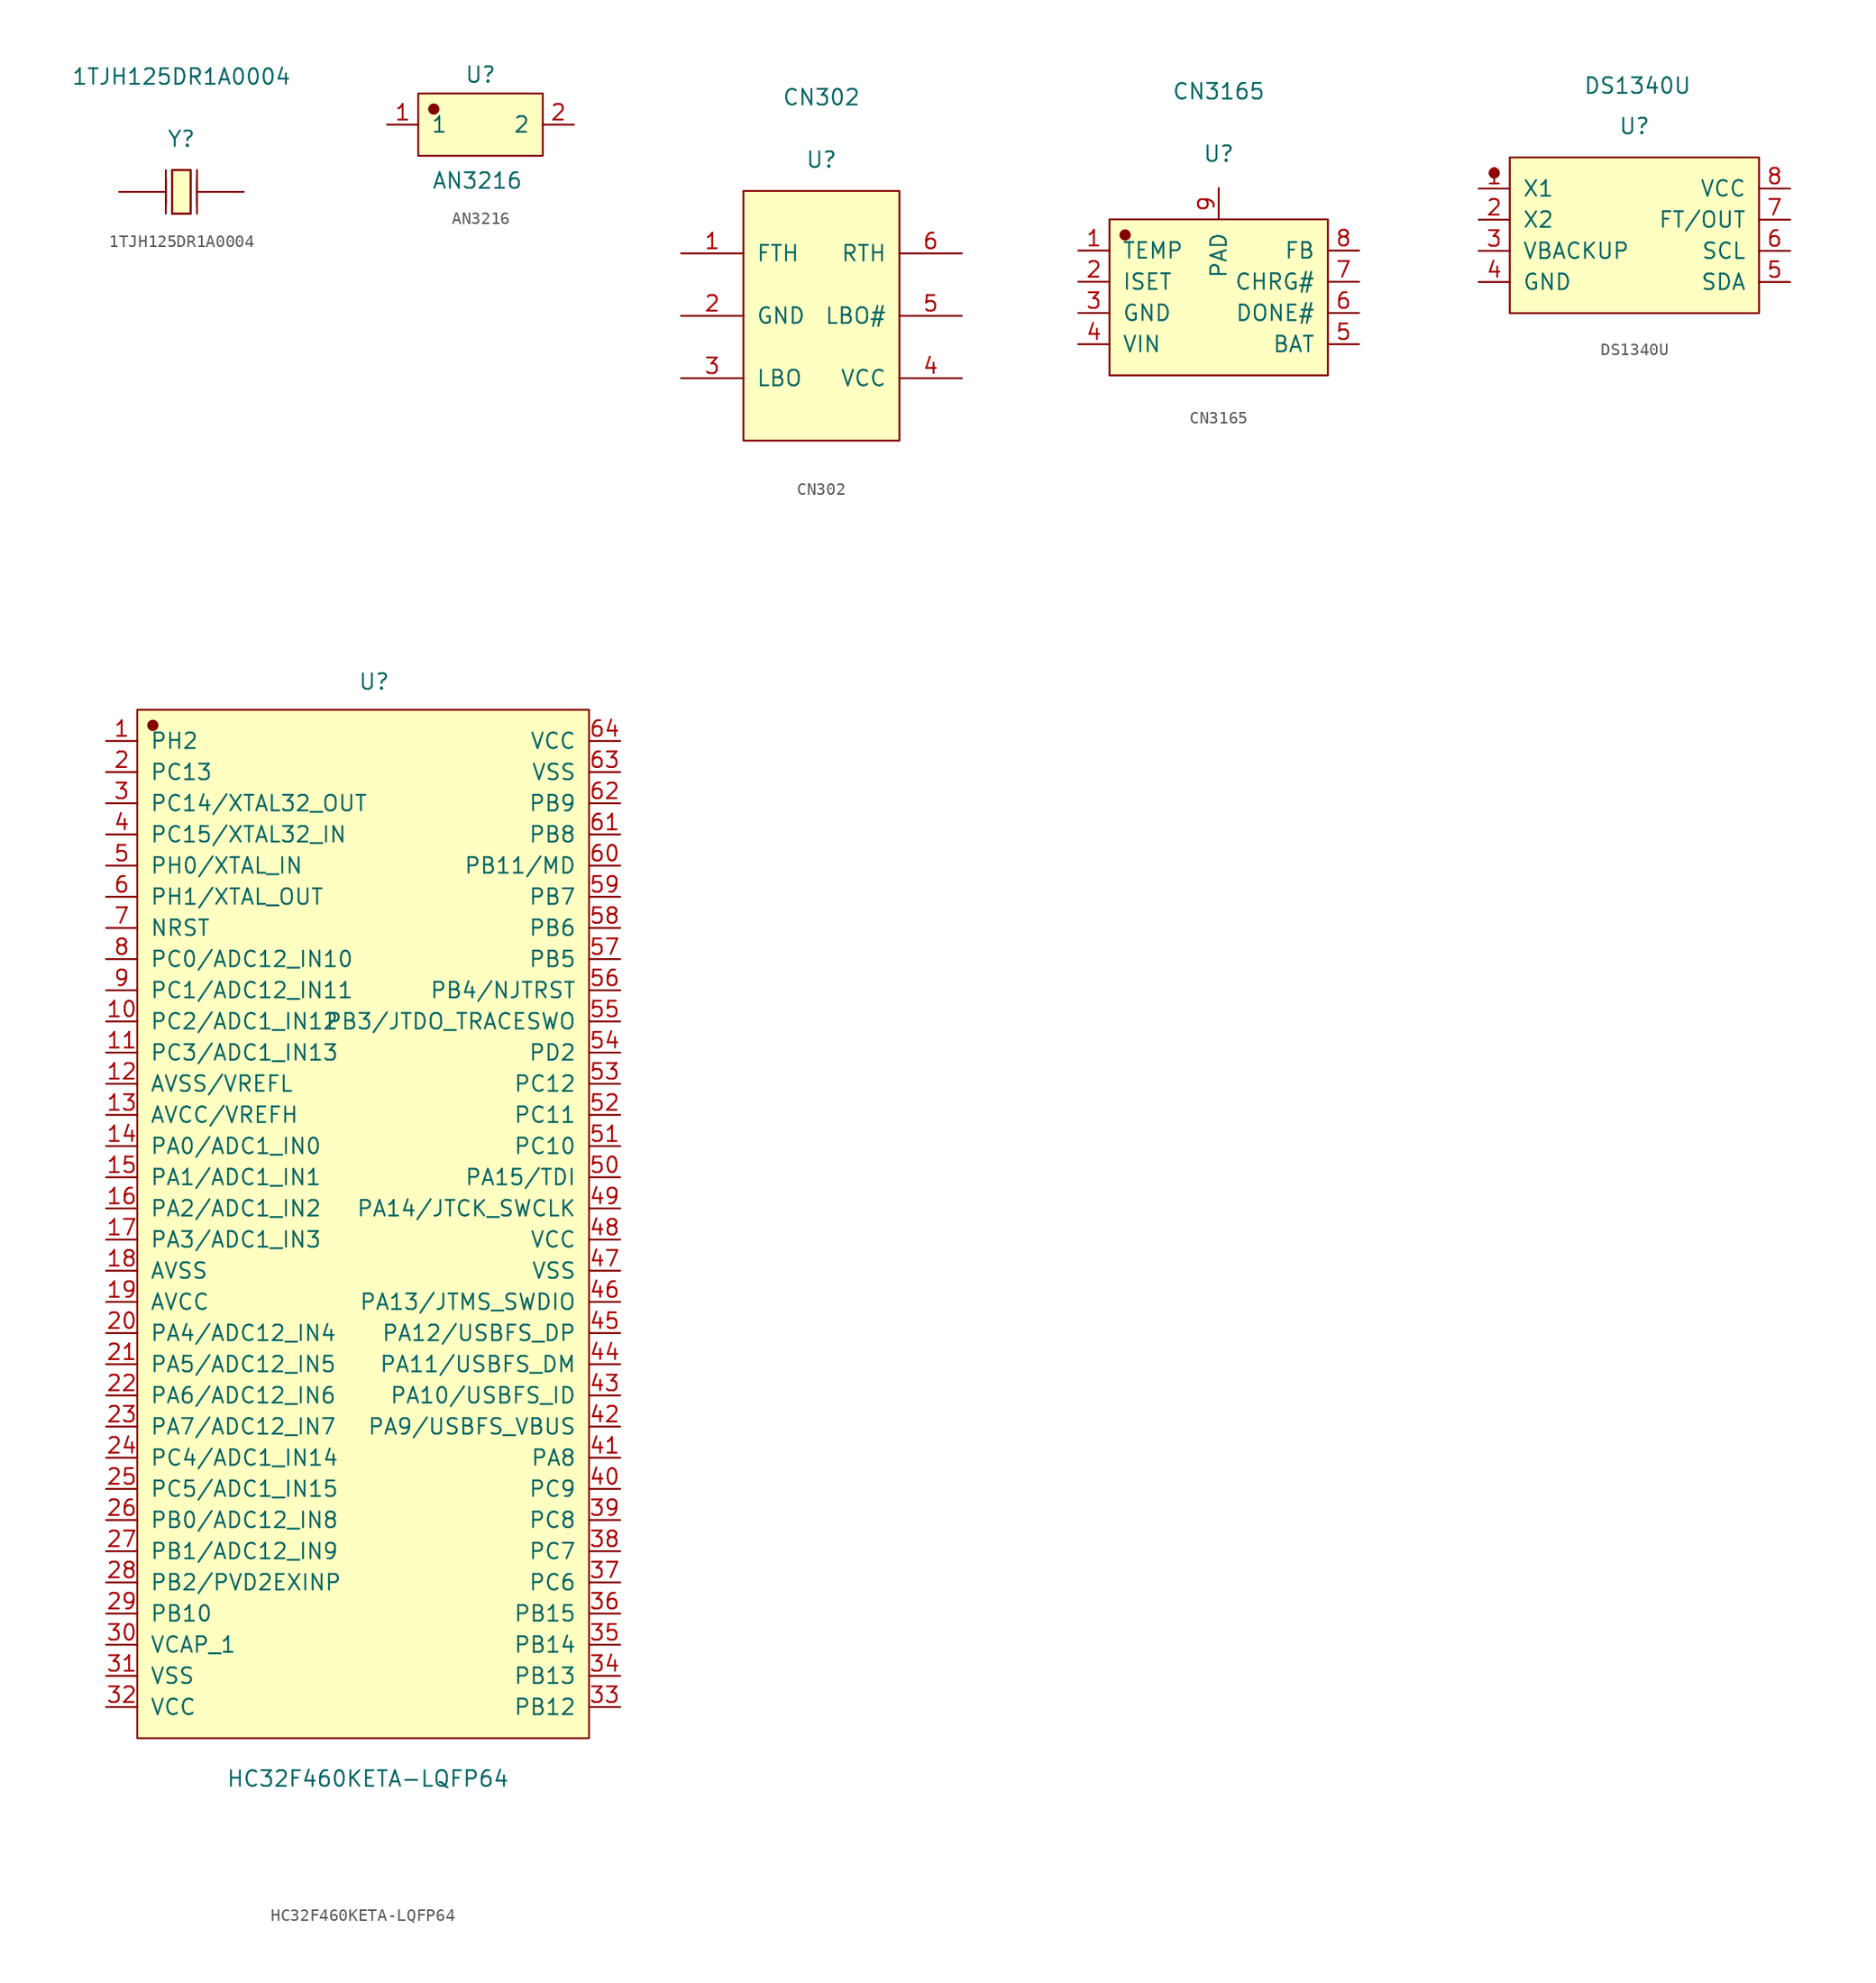
<source format=kicad_sym>
(kicad_symbol_lib
  (version 20231120)
  (generator "kicad_symbol_editor")
  (generator_version "8.0")
  (symbol "1TJH125DR1A0004"
    (pin_numbers hide)
    (pin_names
      (offset 1.016) hide)
    (property "Reference" "Y"
      (at 0 4.318 0)
      (effects (font (size 1.27 1.27))))
    (property "Value" "1TJH125DR1A0004"
      (at 0 9.398 0)
      (effects (font (size 1.27 1.27))))
    (symbol "1TJH125DR1A0004_1_1"
      (polyline (pts (xy -1.27 -1.778) (xy -1.27 1.778)) (stroke (width 0.152) (type solid)) (fill (type none)))
      (polyline (pts (xy -1.27 -1.016) (xy -1.27 1.016)) (stroke (width 0.152) (type solid)) (fill (type none)))
      (polyline (pts (xy 0.762 -1.778) (xy -0.762 -1.778)) (stroke (width 0.152) (type solid)) (fill (type none)))
      (polyline (pts (xy 1.27 -1.778) (xy 1.27 1.778)) (stroke (width 0.152) (type solid)) (fill (type none)))
      (polyline (pts (xy 1.27 -1.016) (xy 1.27 1.016)) (stroke (width 0.152) (type solid)) (fill (type none)))
      (polyline (pts (xy -0.762 -1.778) (xy -0.762 1.778) (xy 0.762 1.778) (xy 0.762 -1.778)) (stroke (width 0.152) (type solid)) (fill (type background)))
      (polyline (pts (xy 0.762 1.778) (xy 0.762 -1.778) (xy -0.762 -1.778) (xy -0.762 1.778) (xy 0.762 1.778)) (stroke (width 0.152) (type solid)) (fill (type none)))
      (pin input line (at -5.08 0 0) (length 3.81) (name "OSC1" (effects (font (size 1.27 1.27)))) (number "1" (effects (font (size 1.27 1.27)))))
      (pin input line (at 5.08 0 180) (length 3.81) (name "OSC2" (effects (font (size 1.27 1.27)))) (number "2" (effects (font (size 1.27 1.27)))))))
  (symbol "AN3216"
    (pin_names
      (offset 1.016))
    (property "Reference" "U"
      (at 0 4.064 0)
      (effects (font (size 1.27 1.27))))
    (property "Value" "AN3216"
      (at -0.254 -4.572 0)
      (effects (font (size 1.27 1.27))))
    (symbol "AN3216_1_1"
      (rectangle (start -5.08 2.54) (end 5.08 -2.54) (stroke (width 0.152) (type solid)) (fill (type background)))
      (circle (center -3.81 1.27) (radius 0.381) (stroke (width 0.152) (type solid)) (fill (type outline)))
      (pin input line (at -7.62 0 0) (length 2.54) (name "1" (effects (font (size 1.27 1.27)))) (number "1" (effects (font (size 1.27 1.27)))))
      (pin input line (at 7.62 0 180) (length 2.54) (name "2" (effects (font (size 1.27 1.27)))) (number "2" (effects (font (size 1.27 1.27)))))))
  (symbol "CN302"
    (pin_names
      (offset 1.016))
    (property "Reference" "U"
      (at 0 12.7 0)
      (effects (font (size 1.27 1.27))))
    (property "Value" "CN302"
      (at 0 17.78 0)
      (effects (font (size 1.27 1.27))))
    (symbol "CN302_1_1"
      (rectangle (start -6.35 10.16) (end 6.35 -10.16) (stroke (width 0.152) (type solid)) (fill (type background)))
      (pin input line (at -11.43 5.08 0) (length 5.08) (name "FTH" (effects (font (size 1.27 1.27)))) (number "1" (effects (font (size 1.27 1.27)))))
      (pin input line (at -11.43 0 0) (length 5.08) (name "GND" (effects (font (size 1.27 1.27)))) (number "2" (effects (font (size 1.27 1.27)))))
      (pin input line (at -11.43 -5.08 0) (length 5.08) (name "LBO" (effects (font (size 1.27 1.27)))) (number "3" (effects (font (size 1.27 1.27)))))
      (pin input line (at 11.43 -5.08 180) (length 5.08) (name "VCC" (effects (font (size 1.27 1.27)))) (number "4" (effects (font (size 1.27 1.27)))))
      (pin input line (at 11.43 0 180) (length 5.08) (name "LBO#" (effects (font (size 1.27 1.27)))) (number "5" (effects (font (size 1.27 1.27)))))
      (pin input line (at 11.43 5.08 180) (length 5.08) (name "RTH" (effects (font (size 1.27 1.27)))) (number "6" (effects (font (size 1.27 1.27)))))))
  (symbol "CN3165"
    (pin_names
      (offset 1.016))
    (property "Reference" "U"
      (at 0 11.684 0)
      (effects (font (size 1.27 1.27))))
    (property "Value" "CN3165"
      (at 0 16.764 0)
      (effects (font (size 1.27 1.27))))
    (symbol "CN3165_1_1"
      (rectangle (start -8.89 6.35) (end 8.89 -6.35) (stroke (width 0.152) (type solid)) (fill (type background)))
      (circle (center -7.62 5.08) (radius 0.381) (stroke (width 0.152) (type solid)) (fill (type outline)))
      (pin input line (at -11.43 3.81 0) (length 2.54) (name "TEMP" (effects (font (size 1.27 1.27)))) (number "1" (effects (font (size 1.27 1.27)))))
      (pin input line (at -11.43 1.27 0) (length 2.54) (name "ISET" (effects (font (size 1.27 1.27)))) (number "2" (effects (font (size 1.27 1.27)))))
      (pin input line (at -11.43 -1.27 0) (length 2.54) (name "GND" (effects (font (size 1.27 1.27)))) (number "3" (effects (font (size 1.27 1.27)))))
      (pin input line (at -11.43 -3.81 0) (length 2.54) (name "VIN" (effects (font (size 1.27 1.27)))) (number "4" (effects (font (size 1.27 1.27)))))
      (pin input line (at 11.43 -3.81 180) (length 2.54) (name "BAT" (effects (font (size 1.27 1.27)))) (number "5" (effects (font (size 1.27 1.27)))))
      (pin input line (at 11.43 -1.27 180) (length 2.54) (name "DONE#" (effects (font (size 1.27 1.27)))) (number "6" (effects (font (size 1.27 1.27)))))
      (pin input line (at 11.43 1.27 180) (length 2.54) (name "CHRG#" (effects (font (size 1.27 1.27)))) (number "7" (effects (font (size 1.27 1.27)))))
      (pin input line (at 11.43 3.81 180) (length 2.54) (name "FB" (effects (font (size 1.27 1.27)))) (number "8" (effects (font (size 1.27 1.27)))))
      (pin input line (at 0 8.89 270) (length 2.54) (name "PAD" (effects (font (size 1.27 1.27)))) (number "9" (effects (font (size 1.27 1.27)))))))
  (symbol "DS1340U"
    (pin_names
      (offset 1.016))
    (property "Reference" "U"
      (at 0 8.89 0)
      (effects (font (size 1.27 1.27))))
    (property "Value" "DS1340U"
      (at 0.254 12.192 0)
      (effects (font (size 1.27 1.27))))
    (symbol "DS1340U_1_1"
      (circle (center -11.43 5.08) (radius 0.381) (stroke (width 0.152) (type solid)) (fill (type outline)))
      (rectangle (start -10.16 6.35) (end 10.16 -6.35) (stroke (width 0.152) (type solid)) (fill (type background)))
      (pin input line (at -12.7 3.81 0) (length 2.54) (name "X1" (effects (font (size 1.27 1.27)))) (number "1" (effects (font (size 1.27 1.27)))))
      (pin input line (at -12.7 1.27 0) (length 2.54) (name "X2" (effects (font (size 1.27 1.27)))) (number "2" (effects (font (size 1.27 1.27)))))
      (pin input line (at -12.7 -1.27 0) (length 2.54) (name "VBACKUP" (effects (font (size 1.27 1.27)))) (number "3" (effects (font (size 1.27 1.27)))))
      (pin input line (at -12.7 -3.81 0) (length 2.54) (name "GND" (effects (font (size 1.27 1.27)))) (number "4" (effects (font (size 1.27 1.27)))))
      (pin input line (at 12.7 -3.81 180) (length 2.54) (name "SDA" (effects (font (size 1.27 1.27)))) (number "5" (effects (font (size 1.27 1.27)))))
      (pin input line (at 12.7 -1.27 180) (length 2.54) (name "SCL" (effects (font (size 1.27 1.27)))) (number "6" (effects (font (size 1.27 1.27)))))
      (pin input line (at 12.7 1.27 180) (length 2.54) (name "FT/OUT" (effects (font (size 1.27 1.27)))) (number "7" (effects (font (size 1.27 1.27)))))
      (pin input line (at 12.7 3.81 180) (length 2.54) (name "VCC" (effects (font (size 1.27 1.27)))) (number "8" (effects (font (size 1.27 1.27)))))))
  (symbol "HC32F460KETA-LQFP64"
    (pin_names
      (offset 1.016))
    (property "Reference" "U"
      (at -9.906 44.196 0)
      (effects (font (size 1.27 1.27))))
    (property "Value" "HC32F460KETA-LQFP64"
      (at -10.414 -45.212 0)
      (effects (font (size 1.27 1.27))))
    (symbol "HC32F460KETA-LQFP64_1_1"
      (rectangle (start -29.21 41.91) (end 7.62 -41.91) (stroke (width 0.152) (type solid)) (fill (type background)))
      (circle (center -27.94 40.64) (radius 0.381) (stroke (width 0.152) (type solid)) (fill (type outline)))
      (pin input line (at -31.75 39.37 0) (length 2.54) (name "PH2" (effects (font (size 1.27 1.27)))) (number "1" (effects (font (size 1.27 1.27)))))
      (pin input line (at -31.75 16.51 0) (length 2.54) (name "PC2/ADC1_IN12" (effects (font (size 1.27 1.27)))) (number "10" (effects (font (size 1.27 1.27)))))
      (pin input line (at -31.75 13.97 0) (length 2.54) (name "PC3/ADC1_IN13" (effects (font (size 1.27 1.27)))) (number "11" (effects (font (size 1.27 1.27)))))
      (pin input line (at -31.75 11.43 0) (length 2.54) (name "AVSS/VREFL" (effects (font (size 1.27 1.27)))) (number "12" (effects (font (size 1.27 1.27)))))
      (pin input line (at -31.75 8.89 0) (length 2.54) (name "AVCC/VREFH" (effects (font (size 1.27 1.27)))) (number "13" (effects (font (size 1.27 1.27)))))
      (pin input line (at -31.75 6.35 0) (length 2.54) (name "PA0/ADC1_IN0" (effects (font (size 1.27 1.27)))) (number "14" (effects (font (size 1.27 1.27)))))
      (pin input line (at -31.75 3.81 0) (length 2.54) (name "PA1/ADC1_IN1" (effects (font (size 1.27 1.27)))) (number "15" (effects (font (size 1.27 1.27)))))
      (pin input line (at -31.75 1.27 0) (length 2.54) (name "PA2/ADC1_IN2" (effects (font (size 1.27 1.27)))) (number "16" (effects (font (size 1.27 1.27)))))
      (pin input line (at -31.75 -1.27 0) (length 2.54) (name "PA3/ADC1_IN3" (effects (font (size 1.27 1.27)))) (number "17" (effects (font (size 1.27 1.27)))))
      (pin input line (at -31.75 -3.81 0) (length 2.54) (name "AVSS" (effects (font (size 1.27 1.27)))) (number "18" (effects (font (size 1.27 1.27)))))
      (pin input line (at -31.75 -6.35 0) (length 2.54) (name "AVCC" (effects (font (size 1.27 1.27)))) (number "19" (effects (font (size 1.27 1.27)))))
      (pin input line (at -31.75 36.83 0) (length 2.54) (name "PC13" (effects (font (size 1.27 1.27)))) (number "2" (effects (font (size 1.27 1.27)))))
      (pin input line (at -31.75 -8.89 0) (length 2.54) (name "PA4/ADC12_IN4" (effects (font (size 1.27 1.27)))) (number "20" (effects (font (size 1.27 1.27)))))
      (pin input line (at -31.75 -11.43 0) (length 2.54) (name "PA5/ADC12_IN5" (effects (font (size 1.27 1.27)))) (number "21" (effects (font (size 1.27 1.27)))))
      (pin input line (at -31.75 -13.97 0) (length 2.54) (name "PA6/ADC12_IN6" (effects (font (size 1.27 1.27)))) (number "22" (effects (font (size 1.27 1.27)))))
      (pin input line (at -31.75 -16.51 0) (length 2.54) (name "PA7/ADC12_IN7" (effects (font (size 1.27 1.27)))) (number "23" (effects (font (size 1.27 1.27)))))
      (pin input line (at -31.75 -19.05 0) (length 2.54) (name "PC4/ADC1_IN14" (effects (font (size 1.27 1.27)))) (number "24" (effects (font (size 1.27 1.27)))))
      (pin input line (at -31.75 -21.59 0) (length 2.54) (name "PC5/ADC1_IN15" (effects (font (size 1.27 1.27)))) (number "25" (effects (font (size 1.27 1.27)))))
      (pin input line (at -31.75 -24.13 0) (length 2.54) (name "PB0/ADC12_IN8" (effects (font (size 1.27 1.27)))) (number "26" (effects (font (size 1.27 1.27)))))
      (pin input line (at -31.75 -26.67 0) (length 2.54) (name "PB1/ADC12_IN9" (effects (font (size 1.27 1.27)))) (number "27" (effects (font (size 1.27 1.27)))))
      (pin input line (at -31.75 -29.21 0) (length 2.54) (name "PB2/PVD2EXINP" (effects (font (size 1.27 1.27)))) (number "28" (effects (font (size 1.27 1.27)))))
      (pin input line (at -31.75 -31.75 0) (length 2.54) (name "PB10" (effects (font (size 1.27 1.27)))) (number "29" (effects (font (size 1.27 1.27)))))
      (pin input line (at -31.75 34.29 0) (length 2.54) (name "PC14/XTAL32_OUT" (effects (font (size 1.27 1.27)))) (number "3" (effects (font (size 1.27 1.27)))))
      (pin input line (at -31.75 -34.29 0) (length 2.54) (name "VCAP_1" (effects (font (size 1.27 1.27)))) (number "30" (effects (font (size 1.27 1.27)))))
      (pin input line (at -31.75 -36.83 0) (length 2.54) (name "VSS" (effects (font (size 1.27 1.27)))) (number "31" (effects (font (size 1.27 1.27)))))
      (pin input line (at -31.75 -39.37 0) (length 2.54) (name "VCC" (effects (font (size 1.27 1.27)))) (number "32" (effects (font (size 1.27 1.27)))))
      (pin input line (at 10.16 -39.37 180) (length 2.54) (name "PB12" (effects (font (size 1.27 1.27)))) (number "33" (effects (font (size 1.27 1.27)))))
      (pin input line (at 10.16 -36.83 180) (length 2.54) (name "PB13" (effects (font (size 1.27 1.27)))) (number "34" (effects (font (size 1.27 1.27)))))
      (pin input line (at 10.16 -34.29 180) (length 2.54) (name "PB14" (effects (font (size 1.27 1.27)))) (number "35" (effects (font (size 1.27 1.27)))))
      (pin input line (at 10.16 -31.75 180) (length 2.54) (name "PB15" (effects (font (size 1.27 1.27)))) (number "36" (effects (font (size 1.27 1.27)))))
      (pin input line (at 10.16 -29.21 180) (length 2.54) (name "PC6" (effects (font (size 1.27 1.27)))) (number "37" (effects (font (size 1.27 1.27)))))
      (pin input line (at 10.16 -26.67 180) (length 2.54) (name "PC7" (effects (font (size 1.27 1.27)))) (number "38" (effects (font (size 1.27 1.27)))))
      (pin input line (at 10.16 -24.13 180) (length 2.54) (name "PC8" (effects (font (size 1.27 1.27)))) (number "39" (effects (font (size 1.27 1.27)))))
      (pin input line (at -31.75 31.75 0) (length 2.54) (name "PC15/XTAL32_IN" (effects (font (size 1.27 1.27)))) (number "4" (effects (font (size 1.27 1.27)))))
      (pin input line (at 10.16 -21.59 180) (length 2.54) (name "PC9" (effects (font (size 1.27 1.27)))) (number "40" (effects (font (size 1.27 1.27)))))
      (pin input line (at 10.16 -19.05 180) (length 2.54) (name "PA8" (effects (font (size 1.27 1.27)))) (number "41" (effects (font (size 1.27 1.27)))))
      (pin input line (at 10.16 -16.51 180) (length 2.54) (name "PA9/USBFS_VBUS" (effects (font (size 1.27 1.27)))) (number "42" (effects (font (size 1.27 1.27)))))
      (pin input line (at 10.16 -13.97 180) (length 2.54) (name "PA10/USBFS_ID" (effects (font (size 1.27 1.27)))) (number "43" (effects (font (size 1.27 1.27)))))
      (pin input line (at 10.16 -11.43 180) (length 2.54) (name "PA11/USBFS_DM" (effects (font (size 1.27 1.27)))) (number "44" (effects (font (size 1.27 1.27)))))
      (pin input line (at 10.16 -8.89 180) (length 2.54) (name "PA12/USBFS_DP" (effects (font (size 1.27 1.27)))) (number "45" (effects (font (size 1.27 1.27)))))
      (pin input line (at 10.16 -6.35 180) (length 2.54) (name "PA13/JTMS_SWDIO" (effects (font (size 1.27 1.27)))) (number "46" (effects (font (size 1.27 1.27)))))
      (pin input line (at 10.16 -3.81 180) (length 2.54) (name "VSS" (effects (font (size 1.27 1.27)))) (number "47" (effects (font (size 1.27 1.27)))))
      (pin input line (at 10.16 -1.27 180) (length 2.54) (name "VCC" (effects (font (size 1.27 1.27)))) (number "48" (effects (font (size 1.27 1.27)))))
      (pin input line (at 10.16 1.27 180) (length 2.54) (name "PA14/JTCK_SWCLK" (effects (font (size 1.27 1.27)))) (number "49" (effects (font (size 1.27 1.27)))))
      (pin input line (at -31.75 29.21 0) (length 2.54) (name "PH0/XTAL_IN" (effects (font (size 1.27 1.27)))) (number "5" (effects (font (size 1.27 1.27)))))
      (pin input line (at 10.16 3.81 180) (length 2.54) (name "PA15/TDI" (effects (font (size 1.27 1.27)))) (number "50" (effects (font (size 1.27 1.27)))))
      (pin input line (at 10.16 6.35 180) (length 2.54) (name "PC10" (effects (font (size 1.27 1.27)))) (number "51" (effects (font (size 1.27 1.27)))))
      (pin input line (at 10.16 8.89 180) (length 2.54) (name "PC11" (effects (font (size 1.27 1.27)))) (number "52" (effects (font (size 1.27 1.27)))))
      (pin input line (at 10.16 11.43 180) (length 2.54) (name "PC12" (effects (font (size 1.27 1.27)))) (number "53" (effects (font (size 1.27 1.27)))))
      (pin input line (at 10.16 13.97 180) (length 2.54) (name "PD2" (effects (font (size 1.27 1.27)))) (number "54" (effects (font (size 1.27 1.27)))))
      (pin input line (at 10.16 16.51 180) (length 2.54) (name "PB3/JTDO_TRACESWO" (effects (font (size 1.27 1.27)))) (number "55" (effects (font (size 1.27 1.27)))))
      (pin input line (at 10.16 19.05 180) (length 2.54) (name "PB4/NJTRST" (effects (font (size 1.27 1.27)))) (number "56" (effects (font (size 1.27 1.27)))))
      (pin input line (at 10.16 21.59 180) (length 2.54) (name "PB5" (effects (font (size 1.27 1.27)))) (number "57" (effects (font (size 1.27 1.27)))))
      (pin input line (at 10.16 24.13 180) (length 2.54) (name "PB6" (effects (font (size 1.27 1.27)))) (number "58" (effects (font (size 1.27 1.27)))))
      (pin input line (at 10.16 26.67 180) (length 2.54) (name "PB7" (effects (font (size 1.27 1.27)))) (number "59" (effects (font (size 1.27 1.27)))))
      (pin input line (at -31.75 26.67 0) (length 2.54) (name "PH1/XTAL_OUT" (effects (font (size 1.27 1.27)))) (number "6" (effects (font (size 1.27 1.27)))))
      (pin input line (at 10.16 29.21 180) (length 2.54) (name "PB11/MD" (effects (font (size 1.27 1.27)))) (number "60" (effects (font (size 1.27 1.27)))))
      (pin input line (at 10.16 31.75 180) (length 2.54) (name "PB8" (effects (font (size 1.27 1.27)))) (number "61" (effects (font (size 1.27 1.27)))))
      (pin input line (at 10.16 34.29 180) (length 2.54) (name "PB9" (effects (font (size 1.27 1.27)))) (number "62" (effects (font (size 1.27 1.27)))))
      (pin input line (at 10.16 36.83 180) (length 2.54) (name "VSS" (effects (font (size 1.27 1.27)))) (number "63" (effects (font (size 1.27 1.27)))))
      (pin input line (at 10.16 39.37 180) (length 2.54) (name "VCC" (effects (font (size 1.27 1.27)))) (number "64" (effects (font (size 1.27 1.27)))))
      (pin input line (at -31.75 24.13 0) (length 2.54) (name "NRST" (effects (font (size 1.27 1.27)))) (number "7" (effects (font (size 1.27 1.27)))))
      (pin input line (at -31.75 21.59 0) (length 2.54) (name "PC0/ADC12_IN10" (effects (font (size 1.27 1.27)))) (number "8" (effects (font (size 1.27 1.27)))))
      (pin input line (at -31.75 19.05 0) (length 2.54) (name "PC1/ADC12_IN11" (effects (font (size 1.27 1.27)))) (number "9" (effects (font (size 1.27 1.27))))))))
</source>
